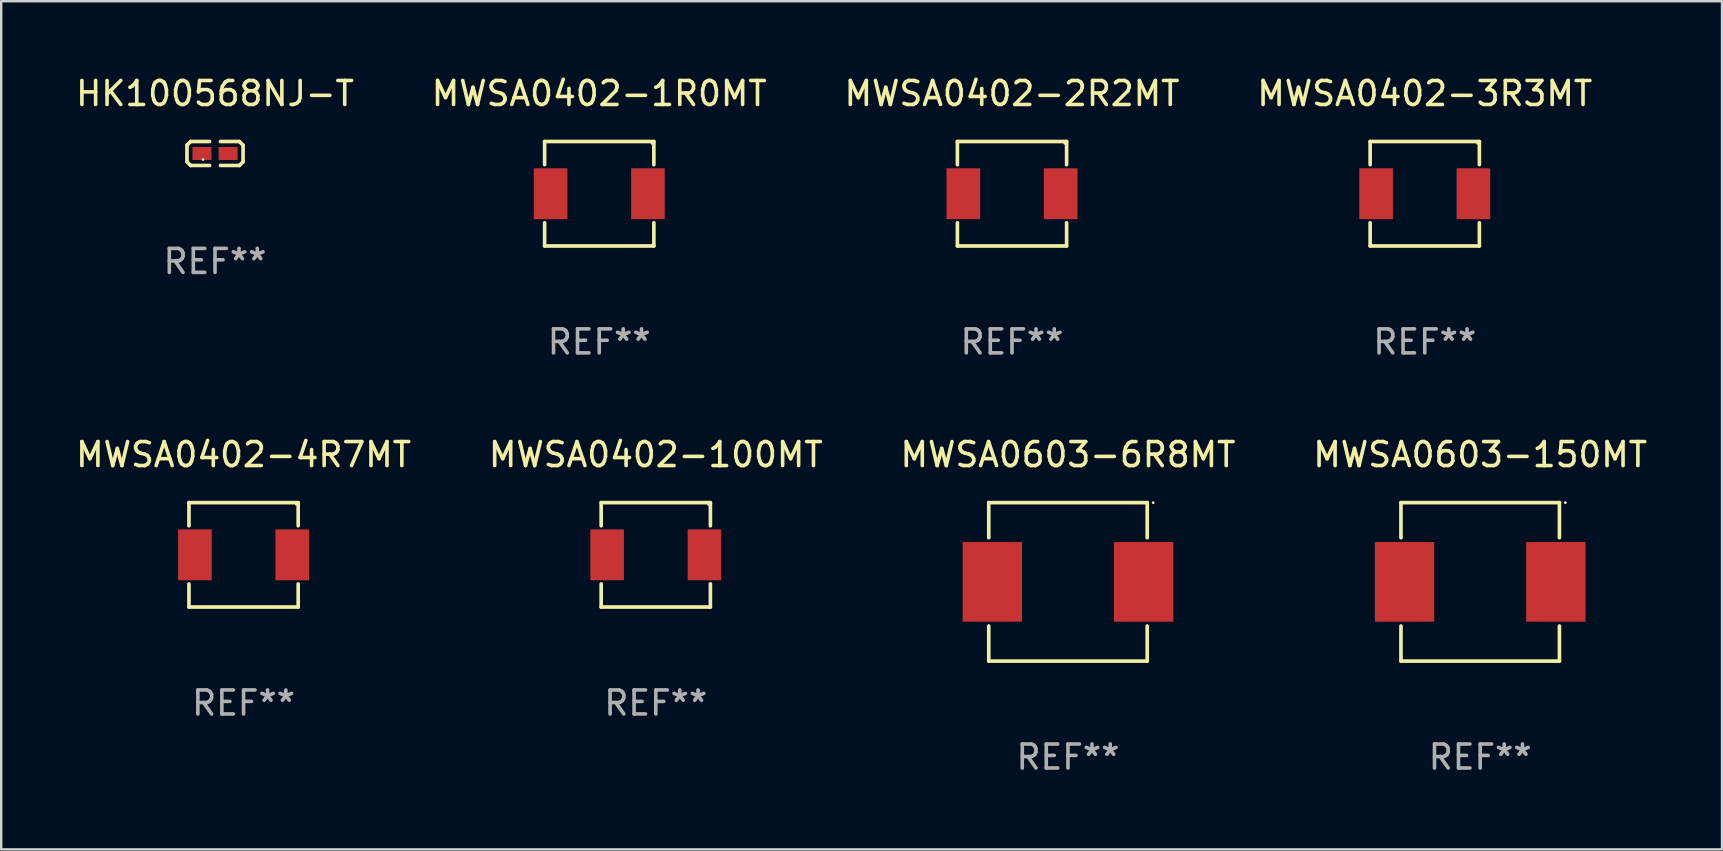
<source format=kicad_pcb>
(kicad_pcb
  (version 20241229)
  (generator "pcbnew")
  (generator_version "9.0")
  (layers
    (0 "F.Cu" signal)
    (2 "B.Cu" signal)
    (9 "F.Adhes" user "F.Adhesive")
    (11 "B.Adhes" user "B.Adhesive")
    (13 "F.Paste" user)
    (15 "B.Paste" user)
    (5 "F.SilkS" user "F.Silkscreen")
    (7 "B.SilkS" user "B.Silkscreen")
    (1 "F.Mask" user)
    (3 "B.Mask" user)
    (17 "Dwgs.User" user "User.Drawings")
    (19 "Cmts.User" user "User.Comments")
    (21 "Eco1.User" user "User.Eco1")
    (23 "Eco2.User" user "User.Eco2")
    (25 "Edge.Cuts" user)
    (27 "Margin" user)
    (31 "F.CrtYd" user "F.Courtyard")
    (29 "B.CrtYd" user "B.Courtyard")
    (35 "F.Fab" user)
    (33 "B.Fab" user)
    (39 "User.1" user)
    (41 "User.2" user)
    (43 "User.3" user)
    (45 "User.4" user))
  (footprint "HK100568NJ-T"
    (layer "F.Cu")
    (at 5.911 3.347)
    (property "Reference" "HK100568NJ-T" (at 0 -2.499 0) (layer "F.SilkS") (effects (font (size 1 1) (thickness 0.15))))
    (attr through_hole)
    (fp_line (start -1.169 -0.346) (end -1.016 -0.499) (stroke (width 0.152) (type solid)) (layer "F.SilkS"))
    (fp_line (start -1.169 0.346) (end -1.169 -0.346) (stroke (width 0.152) (type solid)) (layer "F.SilkS"))
    (fp_line (start -1.016 -0.499) (end -0.226 -0.499) (stroke (width 0.152) (type solid)) (layer "F.SilkS"))
    (fp_line (start -1.016 0.499) (end -1.169 0.346) (stroke (width 0.152) (type solid)) (layer "F.SilkS"))
    (fp_line (start -0.226 0.499) (end -1.016 0.499) (stroke (width 0.152) (type solid)) (layer "F.SilkS"))
    (fp_line (start 0.226 0.499) (end 1.016 0.499) (stroke (width 0.152) (type solid)) (layer "F.SilkS"))
    (fp_line (start 1.016 -0.499) (end 0.226 -0.499) (stroke (width 0.152) (type solid)) (layer "F.SilkS"))
    (fp_line (start 1.016 0.499) (end 1.169 0.346) (stroke (width 0.152) (type solid)) (layer "F.SilkS"))
    (fp_line (start 1.169 -0.346) (end 1.016 -0.499) (stroke (width 0.152) (type solid)) (layer "F.SilkS"))
    (fp_line (start 1.169 0.346) (end 1.169 -0.346) (stroke (width 0.152) (type solid)) (layer "F.SilkS"))
    (fp_circle (center -0.5 0.25) (end -0.47 0.25) (stroke (width 0.06) (type solid)) (fill no) (layer "F.SilkS"))
    (fp_text user "REF**" (at 0 4.499 0) (layer "F.Fab") (effects (font (size 1 1) (thickness 0.15))))
    (pad "1" smd rect (at -0.545 0) (size 0.79 0.54) (layers "F.Cu" "F.Mask" "F.Paste"))
    (pad "2" smd rect (at 0.545 0) (size 0.79 0.54) (layers "F.Cu" "F.Mask" "F.Paste")))
  (footprint "MWSA0402-2R2MT"
    (layer "F.Cu")
    (at 39.125 5.024)
    (property "Reference" "MWSA0402-2R2MT" (at 0 -4.176 0) (layer "F.SilkS") (effects (font (size 1 1) (thickness 0.15))))
    (attr through_hole)
    (fp_line (start -2.276 -2.176) (end 2.276 -2.176) (stroke (width 0.152) (type solid)) (layer "F.SilkS"))
    (fp_line (start -2.276 -1.212) (end -2.276 -2.176) (stroke (width 0.152) (type solid)) (layer "F.SilkS"))
    (fp_line (start -2.276 1.212) (end -2.276 2.176) (stroke (width 0.152) (type solid)) (layer "F.SilkS"))
    (fp_line (start -2.276 2.176) (end 2.276 2.176) (stroke (width 0.152) (type solid)) (layer "F.SilkS"))
    (fp_line (start 2.276 -2.176) (end 2.276 -1.212) (stroke (width 0.152) (type solid)) (layer "F.SilkS"))
    (fp_line (start 2.276 2.176) (end 2.276 1.212) (stroke (width 0.152) (type solid)) (layer "F.SilkS"))
    (fp_circle (center 2.2 -2.1) (end 2.23 -2.1) (stroke (width 0.06) (type solid)) (fill no) (layer "F.SilkS"))
    (fp_text user "REF**" (at 0 6.176 0) (layer "F.Fab") (effects (font (size 1 1) (thickness 0.15))))
    (pad "1" smd rect (at 2.028 0) (size 1.4 2.12) (layers "F.Cu" "F.Mask" "F.Paste"))
    (pad "2" smd rect (at -2.028 0) (size 1.4 2.12) (layers "F.Cu" "F.Mask" "F.Paste")))
  (footprint "MWSA0603-150MT"
    (layer "F.Cu")
    (at 58.637 21.199)
    (property "Reference" "MWSA0603-150MT" (at 0 -5.302 0) (layer "F.SilkS") (effects (font (size 1 1) (thickness 0.15))))
    (attr through_hole)
    (fp_line (start -3.302 -3.302) (end -3.302 -1.84) (stroke (width 0.152) (type solid)) (layer "F.SilkS"))
    (fp_line (start -3.302 1.84) (end -3.302 3.302) (stroke (width 0.152) (type solid)) (layer "F.SilkS"))
    (fp_line (start -3.302 3.302) (end 3.302 3.302) (stroke (width 0.152) (type solid)) (layer "F.SilkS"))
    (fp_line (start 3.302 -3.302) (end -3.302 -3.302) (stroke (width 0.152) (type solid)) (layer "F.SilkS"))
    (fp_line (start 3.302 -1.84) (end 3.302 -3.302) (stroke (width 0.152) (type solid)) (layer "F.SilkS"))
    (fp_line (start 3.302 3.302) (end 3.302 1.84) (stroke (width 0.152) (type solid)) (layer "F.SilkS"))
    (fp_circle (center 3.55 -3.3) (end 3.58 -3.3) (stroke (width 0.06) (type solid)) (fill no) (layer "F.SilkS"))
    (fp_text user "REF**" (at 0 7.302 0) (layer "F.Fab") (effects (font (size 1 1) (thickness 0.15))))
    (pad "1" smd rect (at 3.153 0) (size 2.474 3.32) (layers "F.Cu" "F.Mask" "F.Paste"))
    (pad "2" smd rect (at -3.153 0) (size 2.474 3.32) (layers "F.Cu" "F.Mask" "F.Paste")))
  (footprint "MWSA0603-6R8MT"
    (layer "F.Cu")
    (at 41.458 21.199)
    (property "Reference" "MWSA0603-6R8MT" (at 0 -5.302 0) (layer "F.SilkS") (effects (font (size 1 1) (thickness 0.15))))
    (attr through_hole)
    (fp_line (start -3.302 -3.302) (end -3.302 -1.84) (stroke (width 0.152) (type solid)) (layer "F.SilkS"))
    (fp_line (start -3.302 1.84) (end -3.302 3.302) (stroke (width 0.152) (type solid)) (layer "F.SilkS"))
    (fp_line (start -3.302 3.302) (end 3.302 3.302) (stroke (width 0.152) (type solid)) (layer "F.SilkS"))
    (fp_line (start 3.302 -3.302) (end -3.302 -3.302) (stroke (width 0.152) (type solid)) (layer "F.SilkS"))
    (fp_line (start 3.302 -1.84) (end 3.302 -3.302) (stroke (width 0.152) (type solid)) (layer "F.SilkS"))
    (fp_line (start 3.302 3.302) (end 3.302 1.84) (stroke (width 0.152) (type solid)) (layer "F.SilkS"))
    (fp_circle (center 3.55 -3.3) (end 3.58 -3.3) (stroke (width 0.06) (type solid)) (fill no) (layer "F.SilkS"))
    (fp_text user "REF**" (at 0 7.302 0) (layer "F.Fab") (effects (font (size 1 1) (thickness 0.15))))
    (pad "1" smd rect (at 3.153 0) (size 2.474 3.32) (layers "F.Cu" "F.Mask" "F.Paste"))
    (pad "2" smd rect (at -3.153 0) (size 2.474 3.32) (layers "F.Cu" "F.Mask" "F.Paste")))
  (footprint "MWSA0402-3R3MT"
    (layer "F.Cu")
    (at 56.327 5.024)
    (property "Reference" "MWSA0402-3R3MT" (at 0 -4.176 0) (layer "F.SilkS") (effects (font (size 1 1) (thickness 0.15))))
    (attr through_hole)
    (fp_line (start -2.276 -2.176) (end 2.276 -2.176) (stroke (width 0.152) (type solid)) (layer "F.SilkS"))
    (fp_line (start -2.276 -1.212) (end -2.276 -2.176) (stroke (width 0.152) (type solid)) (layer "F.SilkS"))
    (fp_line (start -2.276 1.212) (end -2.276 2.176) (stroke (width 0.152) (type solid)) (layer "F.SilkS"))
    (fp_line (start -2.276 2.176) (end 2.276 2.176) (stroke (width 0.152) (type solid)) (layer "F.SilkS"))
    (fp_line (start 2.276 -2.176) (end 2.276 -1.212) (stroke (width 0.152) (type solid)) (layer "F.SilkS"))
    (fp_line (start 2.276 2.176) (end 2.276 1.212) (stroke (width 0.152) (type solid)) (layer "F.SilkS"))
    (fp_circle (center 2.2 -2.1) (end 2.23 -2.1) (stroke (width 0.06) (type solid)) (fill no) (layer "F.SilkS"))
    (fp_text user "REF**" (at 0 6.176 0) (layer "F.Fab") (effects (font (size 1 1) (thickness 0.15))))
    (pad "1" smd rect (at 2.028 0) (size 1.4 2.12) (layers "F.Cu" "F.Mask" "F.Paste"))
    (pad "2" smd rect (at -2.028 0) (size 1.4 2.12) (layers "F.Cu" "F.Mask" "F.Paste")))
  (footprint "MWSA0402-1R0MT"
    (layer "F.Cu")
    (at 21.923 5.024)
    (property "Reference" "MWSA0402-1R0MT" (at 0 -4.176 0) (layer "F.SilkS") (effects (font (size 1 1) (thickness 0.15))))
    (attr through_hole)
    (fp_line (start -2.276 -2.176) (end 2.276 -2.176) (stroke (width 0.152) (type solid)) (layer "F.SilkS"))
    (fp_line (start -2.276 -1.212) (end -2.276 -2.176) (stroke (width 0.152) (type solid)) (layer "F.SilkS"))
    (fp_line (start -2.276 1.212) (end -2.276 2.176) (stroke (width 0.152) (type solid)) (layer "F.SilkS"))
    (fp_line (start -2.276 2.176) (end 2.276 2.176) (stroke (width 0.152) (type solid)) (layer "F.SilkS"))
    (fp_line (start 2.276 -2.176) (end 2.276 -1.212) (stroke (width 0.152) (type solid)) (layer "F.SilkS"))
    (fp_line (start 2.276 2.176) (end 2.276 1.212) (stroke (width 0.152) (type solid)) (layer "F.SilkS"))
    (fp_circle (center 2.2 -2.1) (end 2.23 -2.1) (stroke (width 0.06) (type solid)) (fill no) (layer "F.SilkS"))
    (fp_text user "REF**" (at 0 6.176 0) (layer "F.Fab") (effects (font (size 1 1) (thickness 0.15))))
    (pad "1" smd rect (at 2.028 0) (size 1.4 2.12) (layers "F.Cu" "F.Mask" "F.Paste"))
    (pad "2" smd rect (at -2.028 0) (size 1.4 2.12) (layers "F.Cu" "F.Mask" "F.Paste")))
  (footprint "MWSA0402-100MT"
    (layer "F.Cu")
    (at 24.28 20.073)
    (property "Reference" "MWSA0402-100MT" (at 0 -4.176 0) (layer "F.SilkS") (effects (font (size 1 1) (thickness 0.15))))
    (attr through_hole)
    (fp_line (start -2.276 -2.176) (end 2.276 -2.176) (stroke (width 0.152) (type solid)) (layer "F.SilkS"))
    (fp_line (start -2.276 -1.212) (end -2.276 -2.176) (stroke (width 0.152) (type solid)) (layer "F.SilkS"))
    (fp_line (start -2.276 1.212) (end -2.276 2.176) (stroke (width 0.152) (type solid)) (layer "F.SilkS"))
    (fp_line (start -2.276 2.176) (end 2.276 2.176) (stroke (width 0.152) (type solid)) (layer "F.SilkS"))
    (fp_line (start 2.276 -2.176) (end 2.276 -1.212) (stroke (width 0.152) (type solid)) (layer "F.SilkS"))
    (fp_line (start 2.276 2.176) (end 2.276 1.212) (stroke (width 0.152) (type solid)) (layer "F.SilkS"))
    (fp_circle (center 2.2 -2.1) (end 2.23 -2.1) (stroke (width 0.06) (type solid)) (fill no) (layer "F.SilkS"))
    (fp_text user "REF**" (at 0 6.176 0) (layer "F.Fab") (effects (font (size 1 1) (thickness 0.15))))
    (pad "1" smd rect (at 2.028 0) (size 1.4 2.12) (layers "F.Cu" "F.Mask" "F.Paste"))
    (pad "2" smd rect (at -2.028 0) (size 1.4 2.12) (layers "F.Cu" "F.Mask" "F.Paste")))
  (footprint "MWSA0402-4R7MT"
    (layer "F.Cu")
    (at 7.101 20.073)
    (property "Reference" "MWSA0402-4R7MT" (at 0 -4.176 0) (layer "F.SilkS") (effects (font (size 1 1) (thickness 0.15))))
    (attr through_hole)
    (fp_line (start -2.276 -2.176) (end 2.276 -2.176) (stroke (width 0.152) (type solid)) (layer "F.SilkS"))
    (fp_line (start -2.276 -1.212) (end -2.276 -2.176) (stroke (width 0.152) (type solid)) (layer "F.SilkS"))
    (fp_line (start -2.276 1.212) (end -2.276 2.176) (stroke (width 0.152) (type solid)) (layer "F.SilkS"))
    (fp_line (start -2.276 2.176) (end 2.276 2.176) (stroke (width 0.152) (type solid)) (layer "F.SilkS"))
    (fp_line (start 2.276 -2.176) (end 2.276 -1.212) (stroke (width 0.152) (type solid)) (layer "F.SilkS"))
    (fp_line (start 2.276 2.176) (end 2.276 1.212) (stroke (width 0.152) (type solid)) (layer "F.SilkS"))
    (fp_circle (center 2.2 -2.1) (end 2.23 -2.1) (stroke (width 0.06) (type solid)) (fill no) (layer "F.SilkS"))
    (fp_text user "REF**" (at 0 6.176 0) (layer "F.Fab") (effects (font (size 1 1) (thickness 0.15))))
    (pad "1" smd rect (at 2.028 0) (size 1.4 2.12) (layers "F.Cu" "F.Mask" "F.Paste"))
    (pad "2" smd rect (at -2.028 0) (size 1.4 2.12) (layers "F.Cu" "F.Mask" "F.Paste")))
  (gr_rect
    (start -3 -3)
    (end 68.714 32.349)
    (stroke (width 0.1) (type default))
    (fill no)
    (layer "Edge.Cuts")))
</source>
